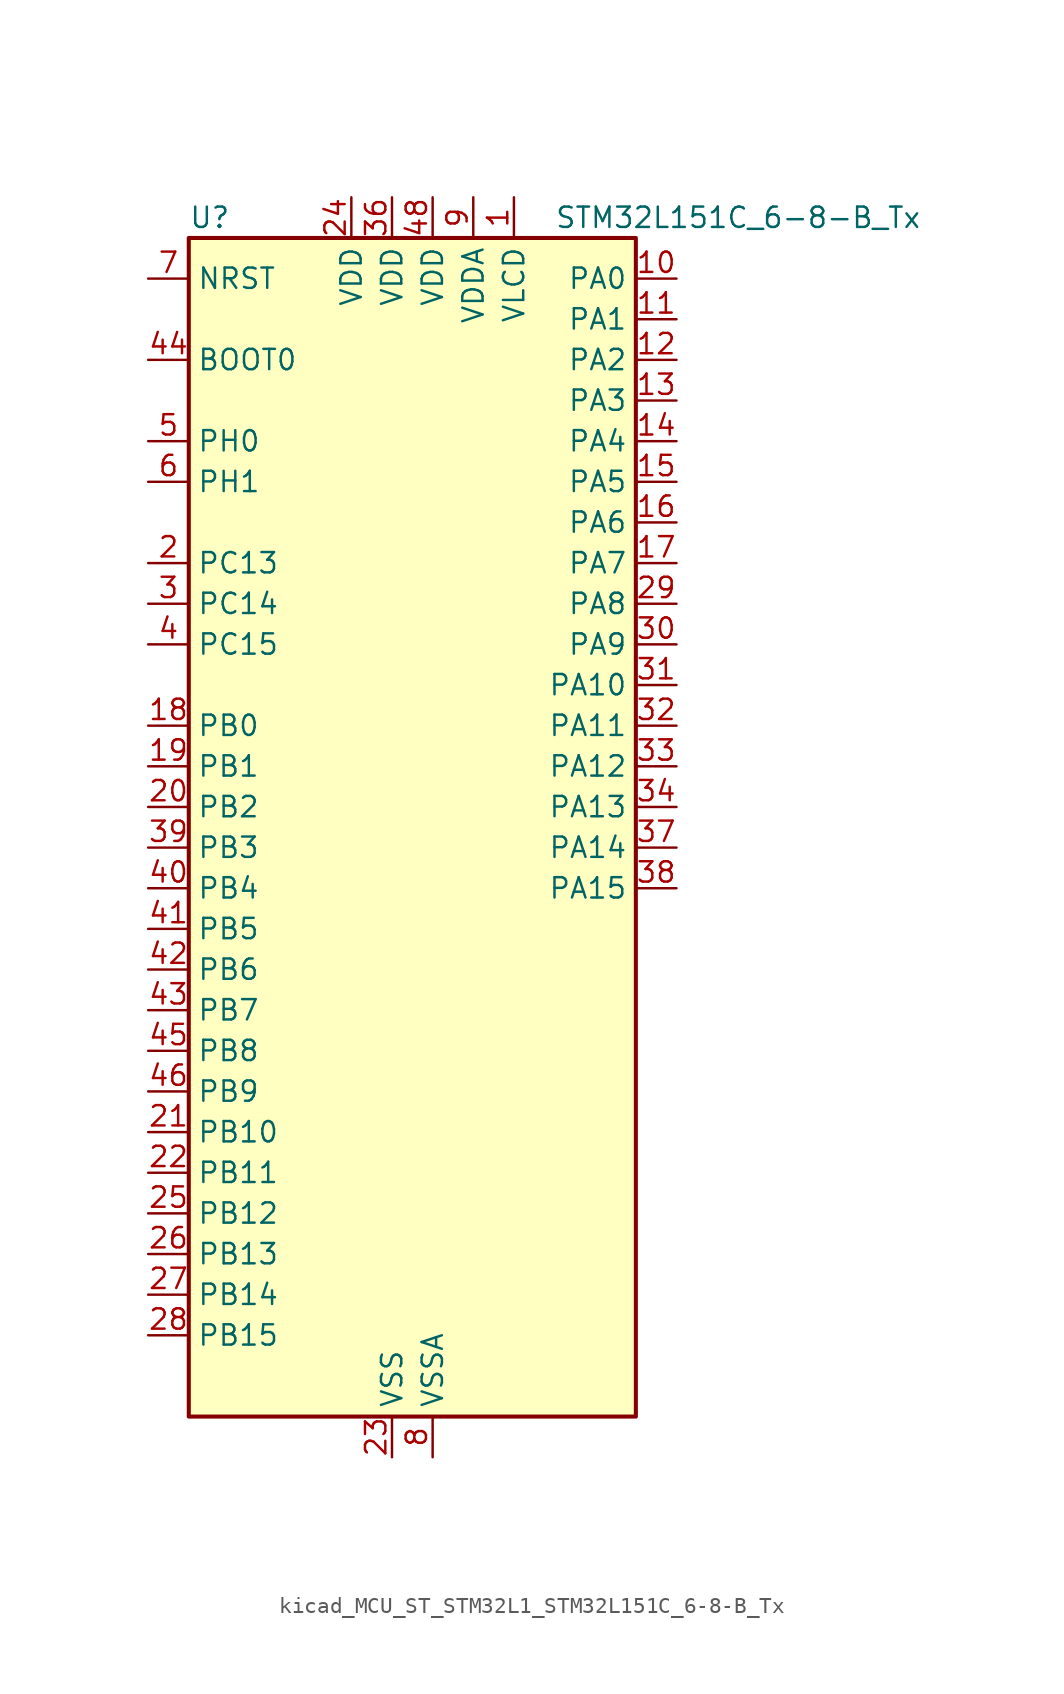
<source format=kicad_sym>
(kicad_symbol_lib
  (version 20220914)
  (generator kicad_symbol_editor)
  (symbol "kicad_MCU_ST_STM32L1_STM32L151C_6-8-B_Tx"
    (property "Reference" "U"
      (at -12.7 39.37 0)
      (effects (font (size 1.27 1.27)) (justify left)))
    (property "Value" "STM32L151C_6-8-B_Tx"
      (at 10.16 39.37 0)
      (effects (font (size 1.27 1.27)) (justify left)))
    (property "ki_locked" ""
      (at 0 0 0)
      (effects (font (size 1.27 1.27))))
    (symbol "kicad_MCU_ST_STM32L1_STM32L151C_6-8-B_Tx_0_1"
      (rectangle (start -12.7 -35.56) (end 15.24 38.1) (stroke (width 0.254) (type default)) (fill (type background))))
    (symbol "kicad_MCU_ST_STM32L1_STM32L151C_6-8-B_Tx_1_1"
      (pin power_in line (at 7.62 40.64 270) (length 2.54) (name "VLCD" (effects (font (size 1.27 1.27)))) (number "1" (effects (font (size 1.27 1.27)))))
      (pin bidirectional line (at 17.78 35.56 180) (length 2.54) (name "PA0" (effects (font (size 1.27 1.27)))) (number "10" (effects (font (size 1.27 1.27)))) (alternate "ADC_IN0" bidirectional line) (alternate "COMP1_INP" bidirectional line) (alternate "SYS_WKUP1" bidirectional line) (alternate "TIM2_CH1" bidirectional line) (alternate "TIM2_ETR" bidirectional line) (alternate "TIMX_IC1" bidirectional line) (alternate "TS_G1_IO1" bidirectional line) (alternate "USART2_CTS" bidirectional line))
      (pin bidirectional line (at 17.78 33.02 180) (length 2.54) (name "PA1" (effects (font (size 1.27 1.27)))) (number "11" (effects (font (size 1.27 1.27)))) (alternate "ADC_IN1" bidirectional line) (alternate "COMP1_INP" bidirectional line) (alternate "TIM2_CH2" bidirectional line) (alternate "TIMX_IC2" bidirectional line) (alternate "TS_G1_IO2" bidirectional line) (alternate "USART2_RTS" bidirectional line))
      (pin bidirectional line (at 17.78 30.48 180) (length 2.54) (name "PA2" (effects (font (size 1.27 1.27)))) (number "12" (effects (font (size 1.27 1.27)))) (alternate "ADC_IN2" bidirectional line) (alternate "COMP1_INP" bidirectional line) (alternate "TIM2_CH3" bidirectional line) (alternate "TIM9_CH1" bidirectional line) (alternate "TIMX_IC3" bidirectional line) (alternate "TS_G1_IO3" bidirectional line) (alternate "USART2_TX" bidirectional line))
      (pin bidirectional line (at 17.78 27.94 180) (length 2.54) (name "PA3" (effects (font (size 1.27 1.27)))) (number "13" (effects (font (size 1.27 1.27)))) (alternate "ADC_IN3" bidirectional line) (alternate "COMP1_INP" bidirectional line) (alternate "TIM2_CH4" bidirectional line) (alternate "TIM9_CH2" bidirectional line) (alternate "TIMX_IC4" bidirectional line) (alternate "TS_G1_IO4" bidirectional line) (alternate "USART2_RX" bidirectional line))
      (pin bidirectional line (at 17.78 25.4 180) (length 2.54) (name "PA4" (effects (font (size 1.27 1.27)))) (number "14" (effects (font (size 1.27 1.27)))) (alternate "ADC_IN4" bidirectional line) (alternate "COMP1_INP" bidirectional line) (alternate "DAC_OUT1" bidirectional line) (alternate "SPI1_NSS" bidirectional line) (alternate "TIMX_IC1" bidirectional line) (alternate "USART2_CK" bidirectional line))
      (pin bidirectional line (at 17.78 22.86 180) (length 2.54) (name "PA5" (effects (font (size 1.27 1.27)))) (number "15" (effects (font (size 1.27 1.27)))) (alternate "ADC_IN5" bidirectional line) (alternate "COMP1_INP" bidirectional line) (alternate "DAC_OUT2" bidirectional line) (alternate "SPI1_SCK" bidirectional line) (alternate "TIM2_CH1" bidirectional line) (alternate "TIM2_ETR" bidirectional line) (alternate "TIMX_IC2" bidirectional line))
      (pin bidirectional line (at 17.78 20.32 180) (length 2.54) (name "PA6" (effects (font (size 1.27 1.27)))) (number "16" (effects (font (size 1.27 1.27)))) (alternate "ADC_IN6" bidirectional line) (alternate "COMP1_INP" bidirectional line) (alternate "SPI1_MISO" bidirectional line) (alternate "TIM10_CH1" bidirectional line) (alternate "TIM3_CH1" bidirectional line) (alternate "TIMX_IC3" bidirectional line) (alternate "TS_G2_IO1" bidirectional line))
      (pin bidirectional line (at 17.78 17.78 180) (length 2.54) (name "PA7" (effects (font (size 1.27 1.27)))) (number "17" (effects (font (size 1.27 1.27)))) (alternate "ADC_IN7" bidirectional line) (alternate "COMP1_INP" bidirectional line) (alternate "SPI1_MOSI" bidirectional line) (alternate "TIM11_CH1" bidirectional line) (alternate "TIM3_CH2" bidirectional line) (alternate "TIMX_IC4" bidirectional line) (alternate "TS_G2_IO2" bidirectional line))
      (pin bidirectional line (at -15.24 7.62 0) (length 2.54) (name "PB0" (effects (font (size 1.27 1.27)))) (number "18" (effects (font (size 1.27 1.27)))) (alternate "ADC_IN8" bidirectional line) (alternate "COMP1_INP" bidirectional line) (alternate "SYS_V_REF_OUT" bidirectional line) (alternate "TIM3_CH3" bidirectional line) (alternate "TS_G3_IO1" bidirectional line))
      (pin bidirectional line (at -15.24 5.08 0) (length 2.54) (name "PB1" (effects (font (size 1.27 1.27)))) (number "19" (effects (font (size 1.27 1.27)))) (alternate "ADC_IN9" bidirectional line) (alternate "COMP1_INP" bidirectional line) (alternate "SYS_V_REF_OUT" bidirectional line) (alternate "TIM3_CH4" bidirectional line) (alternate "TS_G3_IO2" bidirectional line))
      (pin bidirectional line (at -15.24 17.78 0) (length 2.54) (name "PC13" (effects (font (size 1.27 1.27)))) (number "2" (effects (font (size 1.27 1.27)))) (alternate "RTC_OUT_ALARM" bidirectional line) (alternate "RTC_OUT_CALIB" bidirectional line) (alternate "RTC_TAMP1" bidirectional line) (alternate "RTC_TS" bidirectional line) (alternate "SYS_WKUP2" bidirectional line) (alternate "TIMX_IC2" bidirectional line))
      (pin bidirectional line (at -15.24 2.54 0) (length 2.54) (name "PB2" (effects (font (size 1.27 1.27)))) (number "20" (effects (font (size 1.27 1.27)))))
      (pin bidirectional line (at -15.24 -17.78 0) (length 2.54) (name "PB10" (effects (font (size 1.27 1.27)))) (number "21" (effects (font (size 1.27 1.27)))) (alternate "I2C2_SCL" bidirectional line) (alternate "TIM2_CH3" bidirectional line) (alternate "USART3_TX" bidirectional line))
      (pin bidirectional line (at -15.24 -20.32 0) (length 2.54) (name "PB11" (effects (font (size 1.27 1.27)))) (number "22" (effects (font (size 1.27 1.27)))) (alternate "ADC_EXTI11" bidirectional line) (alternate "I2C2_SDA" bidirectional line) (alternate "TIM2_CH4" bidirectional line) (alternate "USART3_RX" bidirectional line))
      (pin power_in line (at 0 -38.1 90) (length 2.54) (name "VSS" (effects (font (size 1.27 1.27)))) (number "23" (effects (font (size 1.27 1.27)))))
      (pin power_in line (at -2.54 40.64 270) (length 2.54) (name "VDD" (effects (font (size 1.27 1.27)))) (number "24" (effects (font (size 1.27 1.27)))))
      (pin bidirectional line (at -15.24 -22.86 0) (length 2.54) (name "PB12" (effects (font (size 1.27 1.27)))) (number "25" (effects (font (size 1.27 1.27)))) (alternate "ADC_IN18" bidirectional line) (alternate "COMP1_INP" bidirectional line) (alternate "I2C2_SMBA" bidirectional line) (alternate "SPI2_NSS" bidirectional line) (alternate "TIM10_CH1" bidirectional line) (alternate "TS_G7_IO1" bidirectional line) (alternate "USART3_CK" bidirectional line))
      (pin bidirectional line (at -15.24 -25.4 0) (length 2.54) (name "PB13" (effects (font (size 1.27 1.27)))) (number "26" (effects (font (size 1.27 1.27)))) (alternate "ADC_IN19" bidirectional line) (alternate "COMP1_INP" bidirectional line) (alternate "SPI2_SCK" bidirectional line) (alternate "TIM9_CH1" bidirectional line) (alternate "TS_G7_IO2" bidirectional line) (alternate "USART3_CTS" bidirectional line))
      (pin bidirectional line (at -15.24 -27.94 0) (length 2.54) (name "PB14" (effects (font (size 1.27 1.27)))) (number "27" (effects (font (size 1.27 1.27)))) (alternate "ADC_IN20" bidirectional line) (alternate "COMP1_INP" bidirectional line) (alternate "SPI2_MISO" bidirectional line) (alternate "TIM9_CH2" bidirectional line) (alternate "TS_G7_IO3" bidirectional line) (alternate "USART3_RTS" bidirectional line))
      (pin bidirectional line (at -15.24 -30.48 0) (length 2.54) (name "PB15" (effects (font (size 1.27 1.27)))) (number "28" (effects (font (size 1.27 1.27)))) (alternate "ADC_EXTI15" bidirectional line) (alternate "ADC_IN21" bidirectional line) (alternate "COMP1_INP" bidirectional line) (alternate "RTC_REFIN" bidirectional line) (alternate "SPI2_MOSI" bidirectional line) (alternate "TIM11_CH1" bidirectional line) (alternate "TS_G7_IO4" bidirectional line))
      (pin bidirectional line (at 17.78 15.24 180) (length 2.54) (name "PA8" (effects (font (size 1.27 1.27)))) (number "29" (effects (font (size 1.27 1.27)))) (alternate "RCC_MCO" bidirectional line) (alternate "TIMX_IC1" bidirectional line) (alternate "TS_G4_IO1" bidirectional line) (alternate "USART1_CK" bidirectional line))
      (pin bidirectional line (at -15.24 15.24 0) (length 2.54) (name "PC14" (effects (font (size 1.27 1.27)))) (number "3" (effects (font (size 1.27 1.27)))) (alternate "RCC_OSC32_IN" bidirectional line) (alternate "TIMX_IC3" bidirectional line))
      (pin bidirectional line (at 17.78 12.7 180) (length 2.54) (name "PA9" (effects (font (size 1.27 1.27)))) (number "30" (effects (font (size 1.27 1.27)))) (alternate "DAC_EXTI9" bidirectional line) (alternate "TIMX_IC2" bidirectional line) (alternate "TS_G4_IO2" bidirectional line) (alternate "USART1_TX" bidirectional line))
      (pin bidirectional line (at 17.78 10.16 180) (length 2.54) (name "PA10" (effects (font (size 1.27 1.27)))) (number "31" (effects (font (size 1.27 1.27)))) (alternate "TIMX_IC3" bidirectional line) (alternate "TS_G4_IO3" bidirectional line) (alternate "USART1_RX" bidirectional line))
      (pin bidirectional line (at 17.78 7.62 180) (length 2.54) (name "PA11" (effects (font (size 1.27 1.27)))) (number "32" (effects (font (size 1.27 1.27)))) (alternate "ADC_EXTI11" bidirectional line) (alternate "SPI1_MISO" bidirectional line) (alternate "TIMX_IC4" bidirectional line) (alternate "USART1_CTS" bidirectional line) (alternate "USB_DM" bidirectional line))
      (pin bidirectional line (at 17.78 5.08 180) (length 2.54) (name "PA12" (effects (font (size 1.27 1.27)))) (number "33" (effects (font (size 1.27 1.27)))) (alternate "SPI1_MOSI" bidirectional line) (alternate "TIMX_IC1" bidirectional line) (alternate "USART1_RTS" bidirectional line) (alternate "USB_DP" bidirectional line))
      (pin bidirectional line (at 17.78 2.54 180) (length 2.54) (name "PA13" (effects (font (size 1.27 1.27)))) (number "34" (effects (font (size 1.27 1.27)))) (alternate "SYS_JTMS-SWDIO" bidirectional line) (alternate "TIMX_IC2" bidirectional line) (alternate "TS_G5_IO1" bidirectional line))
      (pin passive line (at 0 -38.1 90) (length 2.54) hide (name "VSS" (effects (font (size 1.27 1.27)))) (number "35" (effects (font (size 1.27 1.27)))))
      (pin power_in line (at 0 40.64 270) (length 2.54) (name "VDD" (effects (font (size 1.27 1.27)))) (number "36" (effects (font (size 1.27 1.27)))))
      (pin bidirectional line (at 17.78 0 180) (length 2.54) (name "PA14" (effects (font (size 1.27 1.27)))) (number "37" (effects (font (size 1.27 1.27)))) (alternate "SYS_JTCK-SWCLK" bidirectional line) (alternate "TIMX_IC3" bidirectional line) (alternate "TS_G5_IO2" bidirectional line))
      (pin bidirectional line (at 17.78 -2.54 180) (length 2.54) (name "PA15" (effects (font (size 1.27 1.27)))) (number "38" (effects (font (size 1.27 1.27)))) (alternate "ADC_EXTI15" bidirectional line) (alternate "SPI1_NSS" bidirectional line) (alternate "SYS_JTDI" bidirectional line) (alternate "TIM2_CH1" bidirectional line) (alternate "TIM2_ETR" bidirectional line) (alternate "TIMX_IC4" bidirectional line) (alternate "TS_G5_IO3" bidirectional line))
      (pin bidirectional line (at -15.24 0 0) (length 2.54) (name "PB3" (effects (font (size 1.27 1.27)))) (number "39" (effects (font (size 1.27 1.27)))) (alternate "COMP2_INM" bidirectional line) (alternate "SPI1_SCK" bidirectional line) (alternate "SYS_JTDO-TRACESWO" bidirectional line) (alternate "TIM2_CH2" bidirectional line))
      (pin bidirectional line (at -15.24 12.7 0) (length 2.54) (name "PC15" (effects (font (size 1.27 1.27)))) (number "4" (effects (font (size 1.27 1.27)))) (alternate "ADC_EXTI15" bidirectional line) (alternate "RCC_OSC32_OUT" bidirectional line) (alternate "TIMX_IC4" bidirectional line))
      (pin bidirectional line (at -15.24 -2.54 0) (length 2.54) (name "PB4" (effects (font (size 1.27 1.27)))) (number "40" (effects (font (size 1.27 1.27)))) (alternate "COMP2_INP" bidirectional line) (alternate "SPI1_MISO" bidirectional line) (alternate "SYS_JTRST" bidirectional line) (alternate "TIM3_CH1" bidirectional line) (alternate "TS_G6_IO1" bidirectional line))
      (pin bidirectional line (at -15.24 -5.08 0) (length 2.54) (name "PB5" (effects (font (size 1.27 1.27)))) (number "41" (effects (font (size 1.27 1.27)))) (alternate "COMP2_INP" bidirectional line) (alternate "I2C1_SMBA" bidirectional line) (alternate "SPI1_MOSI" bidirectional line) (alternate "TIM3_CH2" bidirectional line) (alternate "TS_G6_IO2" bidirectional line))
      (pin bidirectional line (at -15.24 -7.62 0) (length 2.54) (name "PB6" (effects (font (size 1.27 1.27)))) (number "42" (effects (font (size 1.27 1.27)))) (alternate "I2C1_SCL" bidirectional line) (alternate "TIM4_CH1" bidirectional line) (alternate "USART1_TX" bidirectional line))
      (pin bidirectional line (at -15.24 -10.16 0) (length 2.54) (name "PB7" (effects (font (size 1.27 1.27)))) (number "43" (effects (font (size 1.27 1.27)))) (alternate "I2C1_SDA" bidirectional line) (alternate "SYS_PVD_IN" bidirectional line) (alternate "TIM4_CH2" bidirectional line) (alternate "USART1_RX" bidirectional line))
      (pin input line (at -15.24 30.48 0) (length 2.54) (name "BOOT0" (effects (font (size 1.27 1.27)))) (number "44" (effects (font (size 1.27 1.27)))))
      (pin bidirectional line (at -15.24 -12.7 0) (length 2.54) (name "PB8" (effects (font (size 1.27 1.27)))) (number "45" (effects (font (size 1.27 1.27)))) (alternate "I2C1_SCL" bidirectional line) (alternate "TIM10_CH1" bidirectional line) (alternate "TIM4_CH3" bidirectional line))
      (pin bidirectional line (at -15.24 -15.24 0) (length 2.54) (name "PB9" (effects (font (size 1.27 1.27)))) (number "46" (effects (font (size 1.27 1.27)))) (alternate "DAC_EXTI9" bidirectional line) (alternate "I2C1_SDA" bidirectional line) (alternate "TIM11_CH1" bidirectional line) (alternate "TIM4_CH4" bidirectional line))
      (pin passive line (at 0 -38.1 90) (length 2.54) hide (name "VSS" (effects (font (size 1.27 1.27)))) (number "47" (effects (font (size 1.27 1.27)))))
      (pin power_in line (at 2.54 40.64 270) (length 2.54) (name "VDD" (effects (font (size 1.27 1.27)))) (number "48" (effects (font (size 1.27 1.27)))))
      (pin bidirectional line (at -15.24 25.4 0) (length 2.54) (name "PH0" (effects (font (size 1.27 1.27)))) (number "5" (effects (font (size 1.27 1.27)))) (alternate "RCC_OSC_IN" bidirectional line))
      (pin bidirectional line (at -15.24 22.86 0) (length 2.54) (name "PH1" (effects (font (size 1.27 1.27)))) (number "6" (effects (font (size 1.27 1.27)))) (alternate "RCC_OSC_OUT" bidirectional line))
      (pin input line (at -15.24 35.56 0) (length 2.54) (name "NRST" (effects (font (size 1.27 1.27)))) (number "7" (effects (font (size 1.27 1.27)))))
      (pin power_in line (at 2.54 -38.1 90) (length 2.54) (name "VSSA" (effects (font (size 1.27 1.27)))) (number "8" (effects (font (size 1.27 1.27)))))
      (pin power_in line (at 5.08 40.64 270) (length 2.54) (name "VDDA" (effects (font (size 1.27 1.27)))) (number "9" (effects (font (size 1.27 1.27))))))))
</source>
